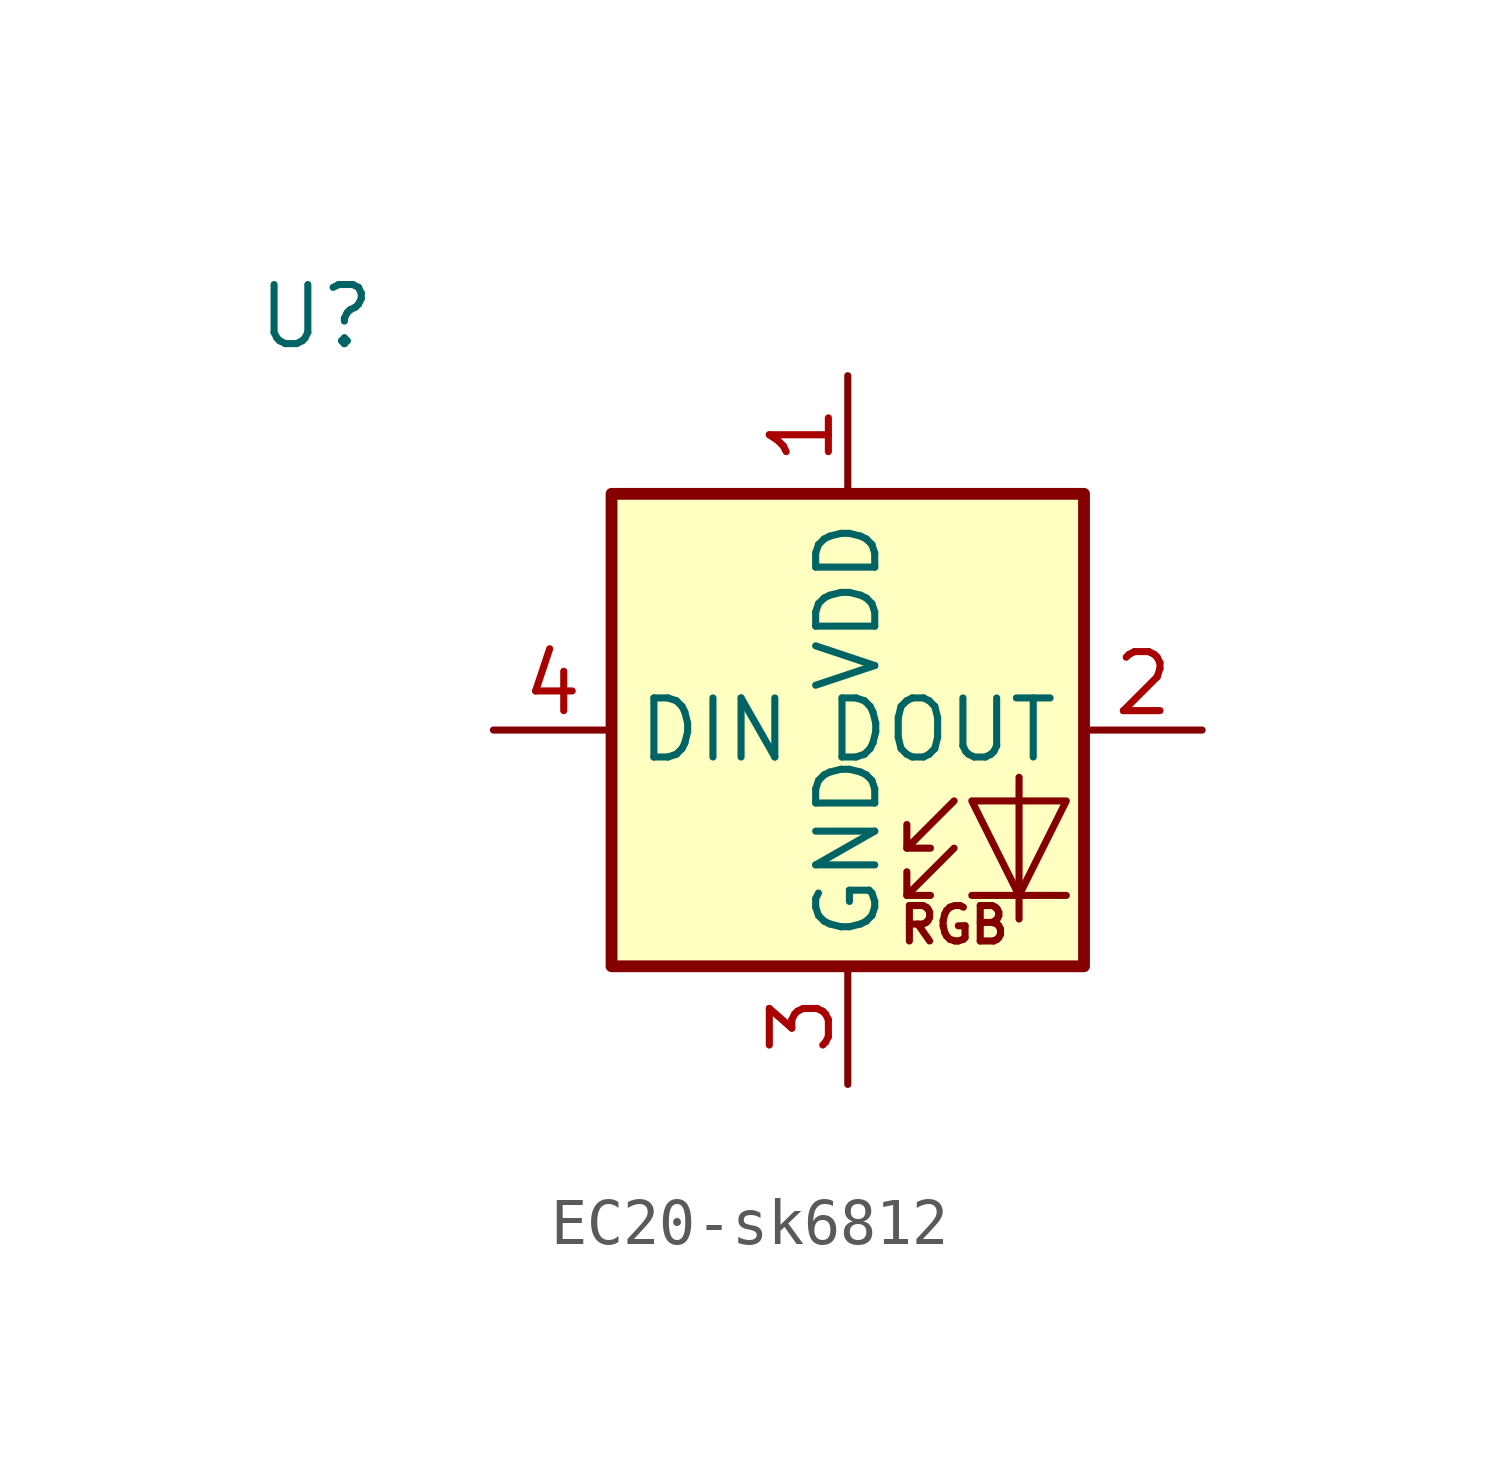
<source format=kicad_sym>
(kicad_symbol_lib
  (version 20220914)
  (generator kicad_symbol_editor)
  (symbol "EC20-sk6812"
    (property "Reference" "U"
      (at -11.43 8.89 0)
      (effects (font (size 1.27 1.27))))
    (property "Value" ""
      (at -11.43 5.08 0)
      (effects (font (size 1.27 1.27))))
    (symbol "EC20-sk6812_0_0"
      (text "RGB" (at 2.286 -4.191 0) (effects (font (size 0.762 0.762)))))
    (symbol "EC20-sk6812_0_1"
      (polyline (pts (xy 1.27 -3.556) (xy 1.778 -3.556)) (stroke (width 0) (type default)) (fill (type none)))
      (polyline (pts (xy 1.27 -2.54) (xy 1.778 -2.54)) (stroke (width 0) (type default)) (fill (type none)))
      (polyline (pts (xy 4.699 -3.556) (xy 2.667 -3.556)) (stroke (width 0) (type default)) (fill (type none)))
      (polyline (pts (xy 2.286 -2.54) (xy 1.27 -3.556) (xy 1.27 -3.048)) (stroke (width 0) (type default)) (fill (type none)))
      (polyline (pts (xy 2.286 -1.524) (xy 1.27 -2.54) (xy 1.27 -2.032)) (stroke (width 0) (type default)) (fill (type none)))
      (polyline (pts (xy 3.683 -1.016) (xy 3.683 -3.556) (xy 3.683 -4.064)) (stroke (width 0) (type default)) (fill (type none)))
      (polyline (pts (xy 4.699 -1.524) (xy 2.667 -1.524) (xy 3.683 -3.556) (xy 4.699 -1.524)) (stroke (width 0) (type default)) (fill (type none)))
      (rectangle (start 5.08 5.08) (end -5.08 -5.08) (stroke (width 0.254) (type default)) (fill (type background))))
    (symbol "EC20-sk6812_1_1"
      (pin power_in line (at 0 7.62 270) (length 2.54) (name "VDD" (effects (font (size 1.27 1.27)))) (number "1" (effects (font (size 1.27 1.27)))))
      (pin output line (at 7.62 0 180) (length 2.54) (name "DOUT" (effects (font (size 1.27 1.27)))) (number "2" (effects (font (size 1.27 1.27)))))
      (pin power_in line (at 0 -7.62 90) (length 2.54) (name "GND" (effects (font (size 1.27 1.27)))) (number "3" (effects (font (size 1.27 1.27)))))
      (pin input line (at -7.62 0 0) (length 2.54) (name "DIN" (effects (font (size 1.27 1.27)))) (number "4" (effects (font (size 1.27 1.27))))))))
</source>
